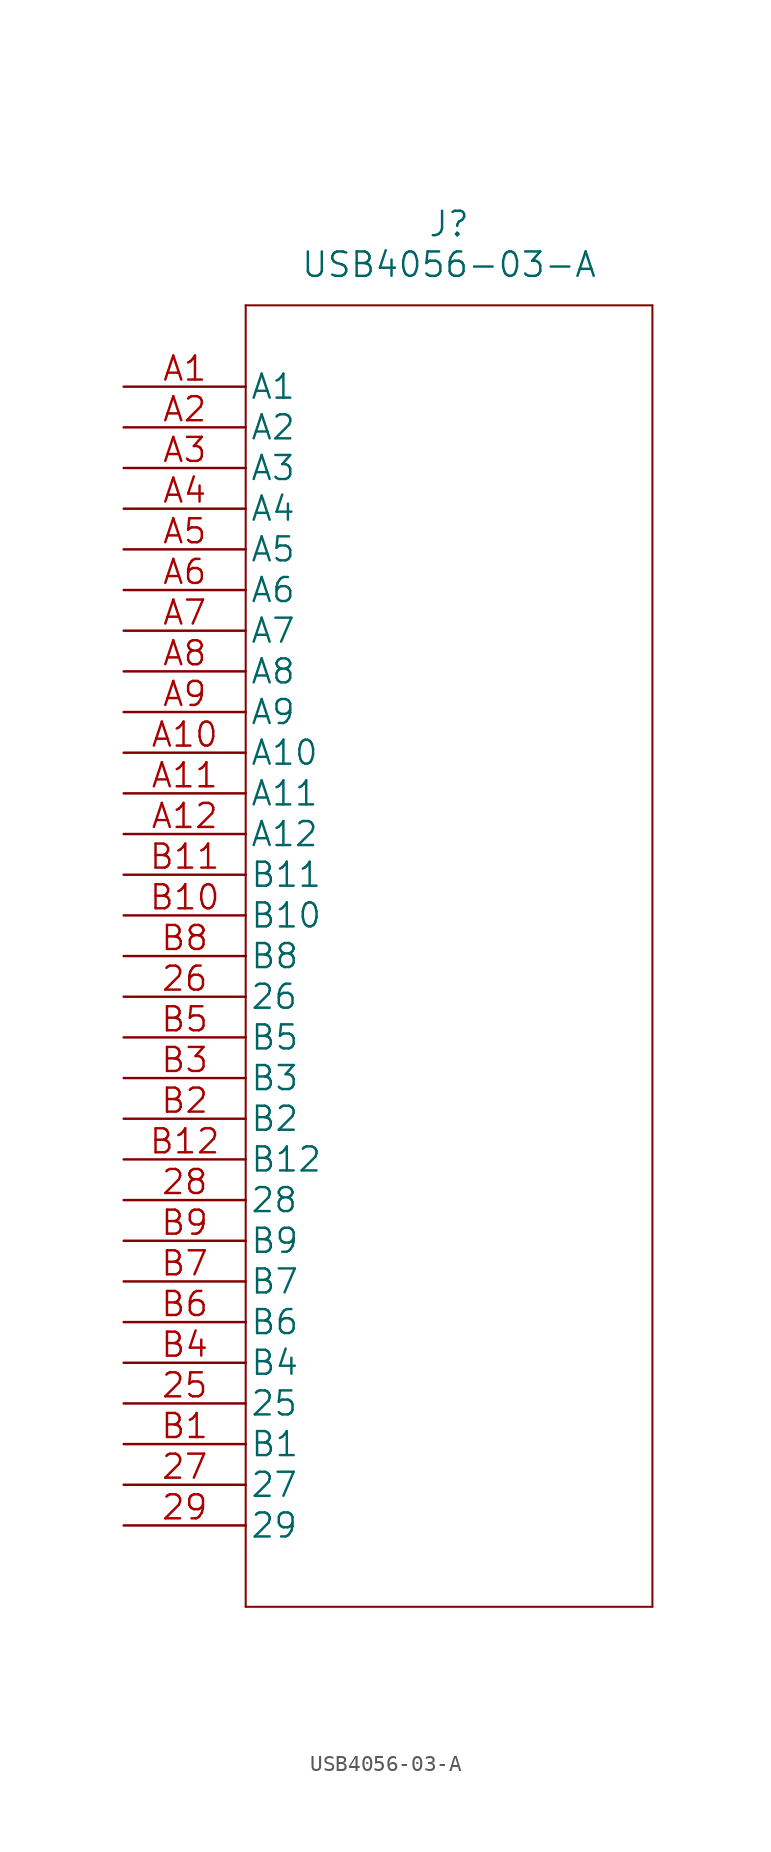
<source format=kicad_sym>
(kicad_symbol_lib
  (version 20220914)
  (generator kicad_symbol_editor)
  (symbol "USB4056-03-A"
    (pin_names
      (offset 0.254))
    (property "Reference" "J"
      (at 20.32 10.16 0)
      (effects (font (size 1.524 1.524))))
    (property "Value" "USB4056-03-A"
      (at 20.32 7.62 0)
      (effects (font (size 1.524 1.524))))
    (property "Datasheet" ""
      (at 0 0 0)
      (effects (font (size 1.524 1.524))))
    (symbol "USB4056-03-A_1_1"
      (polyline (pts (xy 7.62 -76.2) (xy 33.02 -76.2)) (stroke (width 0.127) (type solid)) (fill (type none)))
      (polyline (pts (xy 7.62 5.08) (xy 7.62 -76.2)) (stroke (width 0.127) (type solid)) (fill (type none)))
      (polyline (pts (xy 33.02 -76.2) (xy 33.02 5.08)) (stroke (width 0.127) (type solid)) (fill (type none)))
      (polyline (pts (xy 33.02 5.08) (xy 7.62 5.08)) (stroke (width 0.127) (type solid)) (fill (type none)))
      (pin unspecified line (at 0 -63.5 0) (length 7.62) (name "25" (effects (font (size 1.499 1.499)))) (number "25" (effects (font (size 1.499 1.499)))))
      (pin unspecified line (at 0 -38.1 0) (length 7.62) (name "26" (effects (font (size 1.499 1.499)))) (number "26" (effects (font (size 1.499 1.499)))))
      (pin unspecified line (at 0 -68.58 0) (length 7.62) (name "27" (effects (font (size 1.499 1.499)))) (number "27" (effects (font (size 1.499 1.499)))))
      (pin unspecified line (at 0 -50.8 0) (length 7.62) (name "28" (effects (font (size 1.499 1.499)))) (number "28" (effects (font (size 1.499 1.499)))))
      (pin unspecified line (at 0 -71.12 0) (length 7.62) (name "29" (effects (font (size 1.499 1.499)))) (number "29" (effects (font (size 1.499 1.499)))))
      (pin unspecified line (at 0 0 0) (length 7.62) (name "A1" (effects (font (size 1.499 1.499)))) (number "A1" (effects (font (size 1.499 1.499)))))
      (pin unspecified line (at 0 -22.86 0) (length 7.62) (name "A10" (effects (font (size 1.499 1.499)))) (number "A10" (effects (font (size 1.499 1.499)))))
      (pin unspecified line (at 0 -25.4 0) (length 7.62) (name "A11" (effects (font (size 1.499 1.499)))) (number "A11" (effects (font (size 1.499 1.499)))))
      (pin unspecified line (at 0 -27.94 0) (length 7.62) (name "A12" (effects (font (size 1.499 1.499)))) (number "A12" (effects (font (size 1.499 1.499)))))
      (pin unspecified line (at 0 -2.54 0) (length 7.62) (name "A2" (effects (font (size 1.499 1.499)))) (number "A2" (effects (font (size 1.499 1.499)))))
      (pin unspecified line (at 0 -5.08 0) (length 7.62) (name "A3" (effects (font (size 1.499 1.499)))) (number "A3" (effects (font (size 1.499 1.499)))))
      (pin unspecified line (at 0 -7.62 0) (length 7.62) (name "A4" (effects (font (size 1.499 1.499)))) (number "A4" (effects (font (size 1.499 1.499)))))
      (pin unspecified line (at 0 -10.16 0) (length 7.62) (name "A5" (effects (font (size 1.499 1.499)))) (number "A5" (effects (font (size 1.499 1.499)))))
      (pin unspecified line (at 0 -12.7 0) (length 7.62) (name "A6" (effects (font (size 1.499 1.499)))) (number "A6" (effects (font (size 1.499 1.499)))))
      (pin unspecified line (at 0 -15.24 0) (length 7.62) (name "A7" (effects (font (size 1.499 1.499)))) (number "A7" (effects (font (size 1.499 1.499)))))
      (pin unspecified line (at 0 -17.78 0) (length 7.62) (name "A8" (effects (font (size 1.499 1.499)))) (number "A8" (effects (font (size 1.499 1.499)))))
      (pin unspecified line (at 0 -20.32 0) (length 7.62) (name "A9" (effects (font (size 1.499 1.499)))) (number "A9" (effects (font (size 1.499 1.499)))))
      (pin unspecified line (at 0 -66.04 0) (length 7.62) (name "B1" (effects (font (size 1.499 1.499)))) (number "B1" (effects (font (size 1.499 1.499)))))
      (pin unspecified line (at 0 -33.02 0) (length 7.62) (name "B10" (effects (font (size 1.499 1.499)))) (number "B10" (effects (font (size 1.499 1.499)))))
      (pin unspecified line (at 0 -30.48 0) (length 7.62) (name "B11" (effects (font (size 1.499 1.499)))) (number "B11" (effects (font (size 1.499 1.499)))))
      (pin unspecified line (at 0 -48.26 0) (length 7.62) (name "B12" (effects (font (size 1.499 1.499)))) (number "B12" (effects (font (size 1.499 1.499)))))
      (pin unspecified line (at 0 -45.72 0) (length 7.62) (name "B2" (effects (font (size 1.499 1.499)))) (number "B2" (effects (font (size 1.499 1.499)))))
      (pin unspecified line (at 0 -43.18 0) (length 7.62) (name "B3" (effects (font (size 1.499 1.499)))) (number "B3" (effects (font (size 1.499 1.499)))))
      (pin unspecified line (at 0 -60.96 0) (length 7.62) (name "B4" (effects (font (size 1.499 1.499)))) (number "B4" (effects (font (size 1.499 1.499)))))
      (pin unspecified line (at 0 -40.64 0) (length 7.62) (name "B5" (effects (font (size 1.499 1.499)))) (number "B5" (effects (font (size 1.499 1.499)))))
      (pin unspecified line (at 0 -58.42 0) (length 7.62) (name "B6" (effects (font (size 1.499 1.499)))) (number "B6" (effects (font (size 1.499 1.499)))))
      (pin unspecified line (at 0 -55.88 0) (length 7.62) (name "B7" (effects (font (size 1.499 1.499)))) (number "B7" (effects (font (size 1.499 1.499)))))
      (pin unspecified line (at 0 -35.56 0) (length 7.62) (name "B8" (effects (font (size 1.499 1.499)))) (number "B8" (effects (font (size 1.499 1.499)))))
      (pin unspecified line (at 0 -53.34 0) (length 7.62) (name "B9" (effects (font (size 1.499 1.499)))) (number "B9" (effects (font (size 1.499 1.499))))))))
</source>
